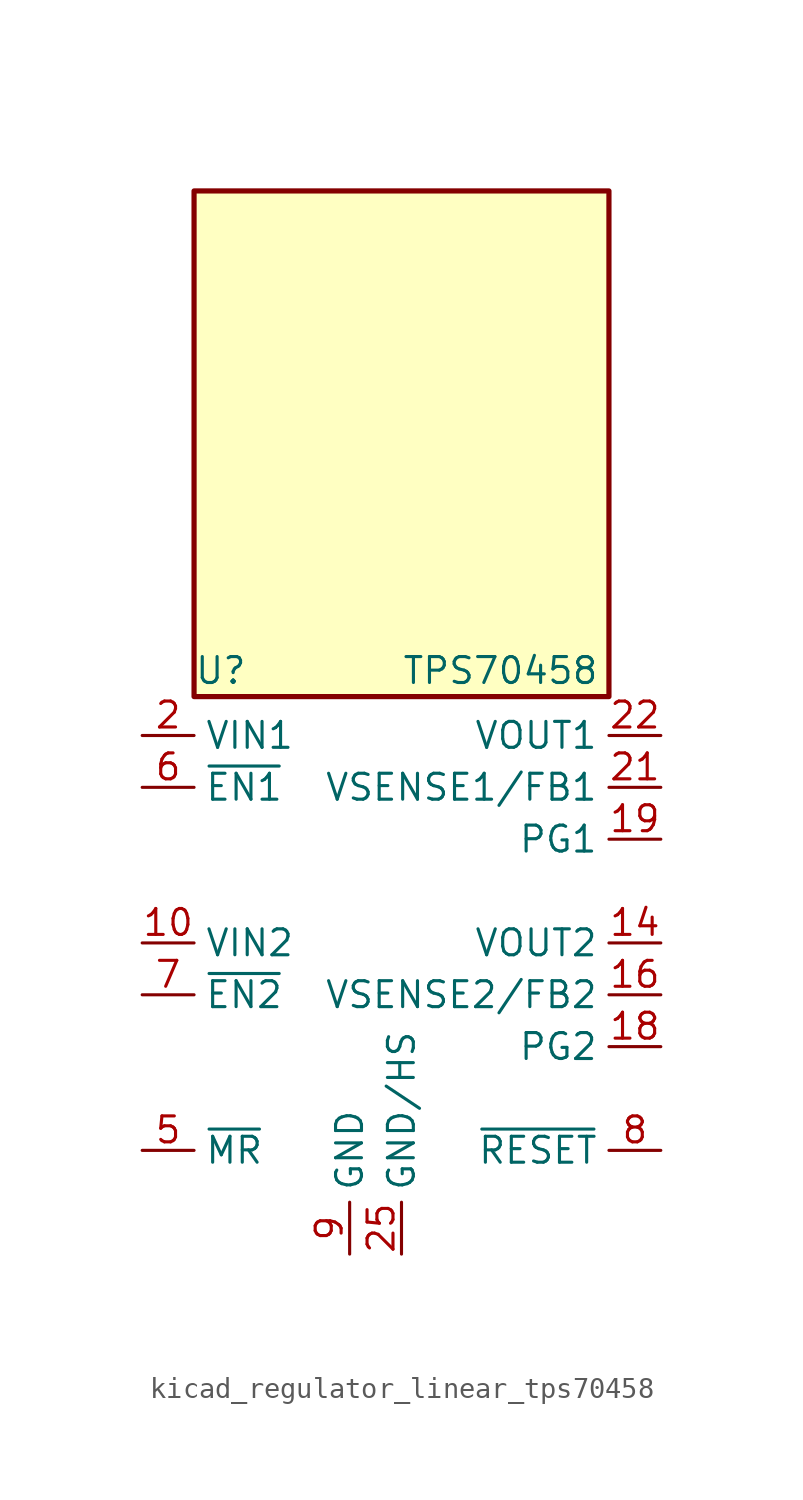
<source format=kicad_sym>
(kicad_symbol_lib
  (version 20220914)
  (generator kicad_symbol_editor)
  (symbol "kicad_regulator_linear_tps70458"
    (property "Reference" "U"
      (at -10.16 13.335 0)
      (effects (font (size 1.27 1.27)) (justify left)))
    (property "Value" "TPS70458"
      (at 0 13.335 0)
      (effects (font (size 1.27 1.27)) (justify left)))
    (symbol "kicad_regulator_linear_tps70458_0_1"
      (rectangle (start 10.16 36.83) (end -10.16 12.065) (stroke (width 0.254) (type default)) (fill (type background))))
    (symbol "kicad_regulator_linear_tps70458_1_1"
      (pin passive line (at 0 -15.24 90) (length 2.54) hide (name "GND/HS" (effects (font (size 1.27 1.27)))) (number "1" (effects (font (size 1.27 1.27)))))
      (pin power_in line (at -12.7 0 0) (length 2.54) (name "VIN2" (effects (font (size 1.27 1.27)))) (number "10" (effects (font (size 1.27 1.27)))))
      (pin passive line (at -12.7 0 0) (length 2.54) hide (name "VIN2" (effects (font (size 1.27 1.27)))) (number "11" (effects (font (size 1.27 1.27)))))
      (pin passive line (at 0 -15.24 90) (length 2.54) hide (name "GND/HS" (effects (font (size 1.27 1.27)))) (number "12" (effects (font (size 1.27 1.27)))))
      (pin passive line (at 0 -15.24 90) (length 2.54) hide (name "GND/HS" (effects (font (size 1.27 1.27)))) (number "13" (effects (font (size 1.27 1.27)))))
      (pin power_out line (at 12.7 0 180) (length 2.54) (name "VOUT2" (effects (font (size 1.27 1.27)))) (number "14" (effects (font (size 1.27 1.27)))))
      (pin passive line (at 12.7 0 180) (length 2.54) hide (name "VOUT2" (effects (font (size 1.27 1.27)))) (number "15" (effects (font (size 1.27 1.27)))))
      (pin input line (at 12.7 -2.54 180) (length 2.54) (name "VSENSE2/FB2" (effects (font (size 1.27 1.27)))) (number "16" (effects (font (size 1.27 1.27)))))
      (pin no_connect line (at -10.16 2.54 0) (length 2.54) hide (name "NC" (effects (font (size 1.27 1.27)))) (number "17" (effects (font (size 1.27 1.27)))))
      (pin open_collector line (at 12.7 -5.08 180) (length 2.54) (name "PG2" (effects (font (size 1.27 1.27)))) (number "18" (effects (font (size 1.27 1.27)))))
      (pin open_collector line (at 12.7 5.08 180) (length 2.54) (name "PG1" (effects (font (size 1.27 1.27)))) (number "19" (effects (font (size 1.27 1.27)))))
      (pin power_in line (at -12.7 10.16 0) (length 2.54) (name "VIN1" (effects (font (size 1.27 1.27)))) (number "2" (effects (font (size 1.27 1.27)))))
      (pin no_connect line (at -10.16 -5.08 0) (length 2.54) hide (name "NC" (effects (font (size 1.27 1.27)))) (number "20" (effects (font (size 1.27 1.27)))))
      (pin input line (at 12.7 7.62 180) (length 2.54) (name "VSENSE1/FB1" (effects (font (size 1.27 1.27)))) (number "21" (effects (font (size 1.27 1.27)))))
      (pin power_out line (at 12.7 10.16 180) (length 2.54) (name "VOUT1" (effects (font (size 1.27 1.27)))) (number "22" (effects (font (size 1.27 1.27)))))
      (pin passive line (at 12.7 10.16 180) (length 2.54) hide (name "VOUT1" (effects (font (size 1.27 1.27)))) (number "23" (effects (font (size 1.27 1.27)))))
      (pin passive line (at 0 -15.24 90) (length 2.54) hide (name "GND/HS" (effects (font (size 1.27 1.27)))) (number "24" (effects (font (size 1.27 1.27)))))
      (pin power_in line (at 0 -15.24 90) (length 2.54) (name "GND/HS" (effects (font (size 1.27 1.27)))) (number "25" (effects (font (size 1.27 1.27)))))
      (pin passive line (at -12.7 10.16 0) (length 2.54) hide (name "VIN1" (effects (font (size 1.27 1.27)))) (number "3" (effects (font (size 1.27 1.27)))))
      (pin no_connect line (at -10.16 5.08 0) (length 2.54) hide (name "NC" (effects (font (size 1.27 1.27)))) (number "4" (effects (font (size 1.27 1.27)))))
      (pin input line (at -12.7 -10.16 0) (length 2.54) (name "~{MR}" (effects (font (size 1.27 1.27)))) (number "5" (effects (font (size 1.27 1.27)))))
      (pin input line (at -12.7 7.62 0) (length 2.54) (name "~{EN1}" (effects (font (size 1.27 1.27)))) (number "6" (effects (font (size 1.27 1.27)))))
      (pin input line (at -12.7 -2.54 0) (length 2.54) (name "~{EN2}" (effects (font (size 1.27 1.27)))) (number "7" (effects (font (size 1.27 1.27)))))
      (pin open_collector line (at 12.7 -10.16 180) (length 2.54) (name "~{RESET}" (effects (font (size 1.27 1.27)))) (number "8" (effects (font (size 1.27 1.27)))))
      (pin power_in line (at -2.54 -15.24 90) (length 2.54) (name "GND" (effects (font (size 1.27 1.27)))) (number "9" (effects (font (size 1.27 1.27))))))))
</source>
